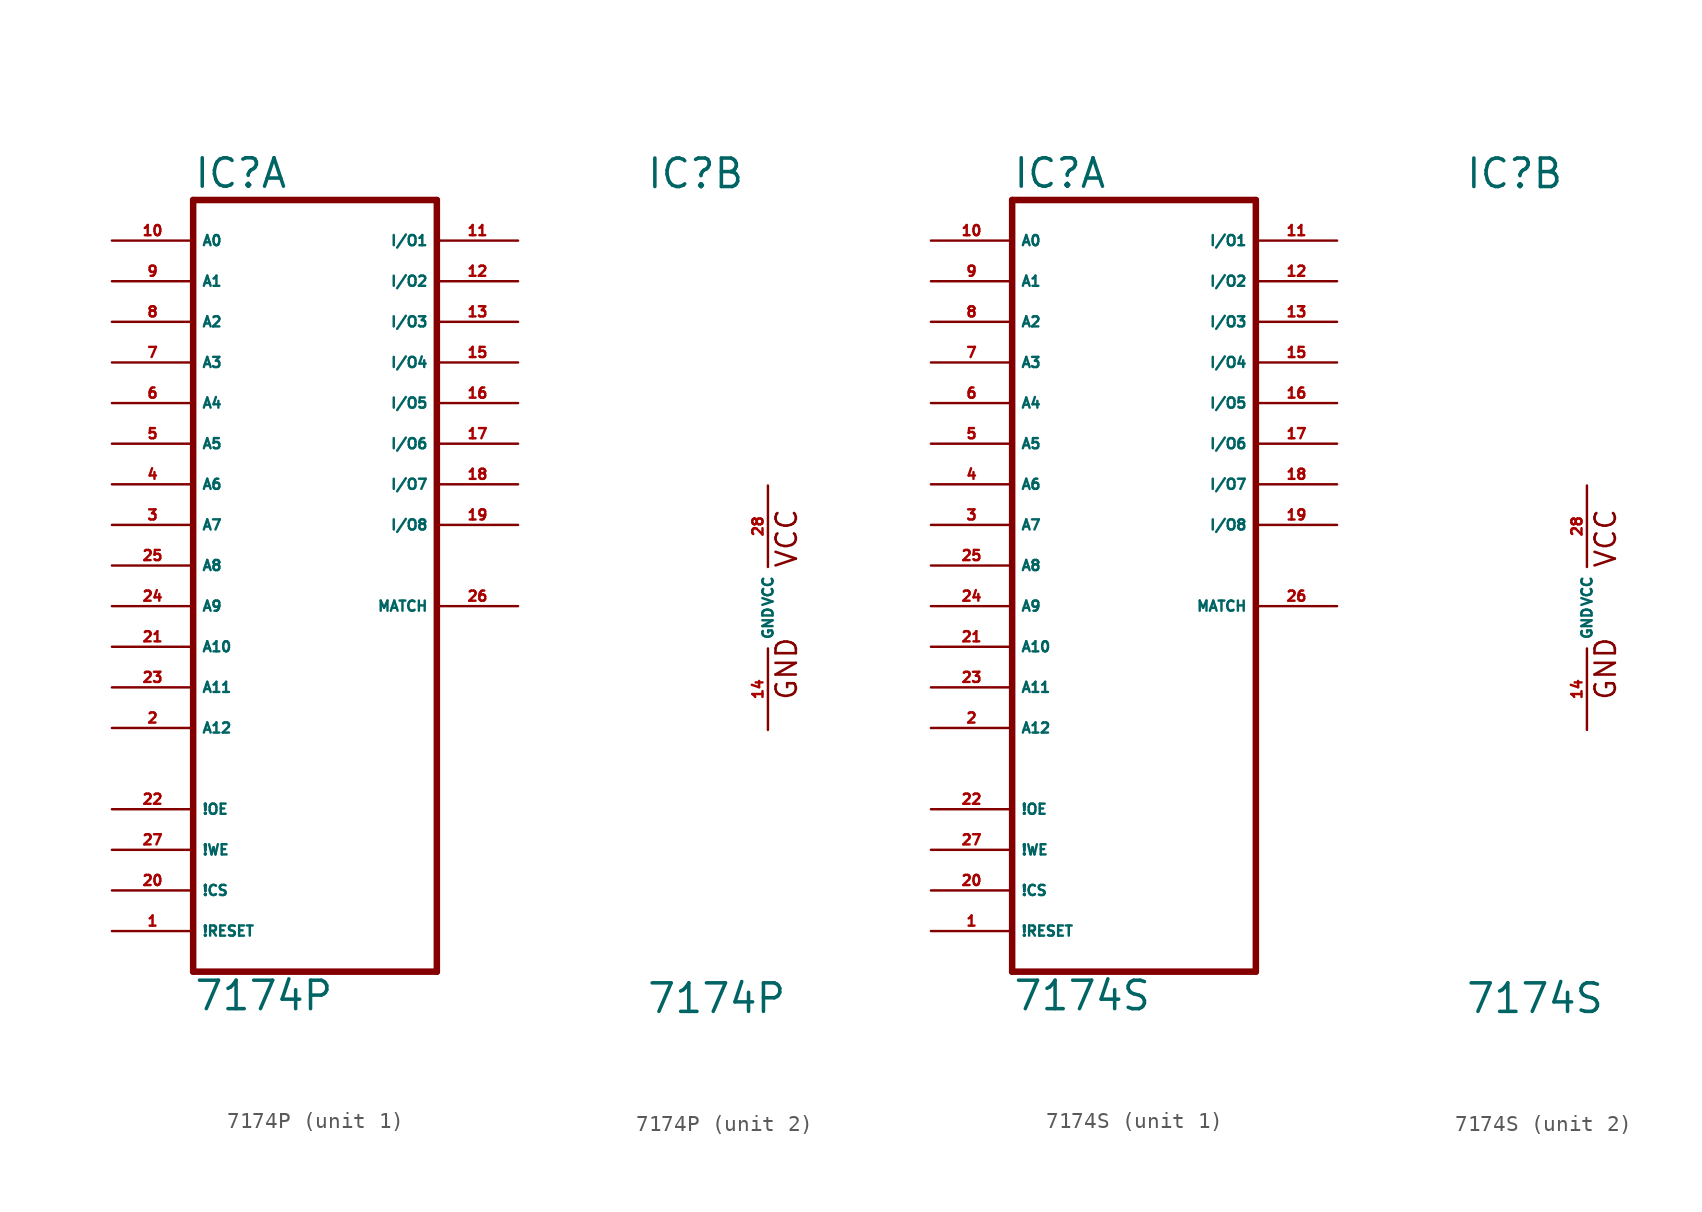
<source format=kicad_sym>
(kicad_symbol_lib
  (version 20220914)
  (generator Eagle2Kicad)
  (symbol "7174P"
    (property "Reference" "IC"
      (at -7.62 26.035 0)
      (effects (font (size 1.778 1.778) (thickness 0.22)) (justify left bottom)))
    (property "Value" "7174P"
      (at -7.62 -25.4 0)
      (effects (font (size 1.778 1.778) (thickness 0.22)) (justify left bottom)))
    (symbol "7174P_1_0"
      (polyline (pts (xy -7.62 -22.86) (xy 7.62 -22.86)) (stroke (width 0.406) (type default)) (fill (type none)))
      (polyline (pts (xy 7.62 -22.86) (xy 7.62 25.4)) (stroke (width 0.406) (type default)) (fill (type none)))
      (polyline (pts (xy 7.62 25.4) (xy -7.62 25.4)) (stroke (width 0.406) (type default)) (fill (type none)))
      (polyline (pts (xy -7.62 25.4) (xy -7.62 -22.86)) (stroke (width 0.406) (type default)) (fill (type none)))
      (pin input line (at -12.7 22.86 0) (length 5.08) (name "A0" (effects (font (size 0.635 0.635) (thickness 0.08)) (justify left bottom))) (number "10" (effects (font (size 0.635 0.635) (thickness 0.08)) (justify left bottom))))
      (pin input line (at -12.7 20.32 0) (length 5.08) (name "A1" (effects (font (size 0.635 0.635) (thickness 0.08)) (justify left bottom))) (number "9" (effects (font (size 0.635 0.635) (thickness 0.08)) (justify left bottom))))
      (pin input line (at -12.7 17.78 0) (length 5.08) (name "A2" (effects (font (size 0.635 0.635) (thickness 0.08)) (justify left bottom))) (number "8" (effects (font (size 0.635 0.635) (thickness 0.08)) (justify left bottom))))
      (pin input line (at -12.7 15.24 0) (length 5.08) (name "A3" (effects (font (size 0.635 0.635) (thickness 0.08)) (justify left bottom))) (number "7" (effects (font (size 0.635 0.635) (thickness 0.08)) (justify left bottom))))
      (pin input line (at -12.7 12.7 0) (length 5.08) (name "A4" (effects (font (size 0.635 0.635) (thickness 0.08)) (justify left bottom))) (number "6" (effects (font (size 0.635 0.635) (thickness 0.08)) (justify left bottom))))
      (pin input line (at -12.7 10.16 0) (length 5.08) (name "A5" (effects (font (size 0.635 0.635) (thickness 0.08)) (justify left bottom))) (number "5" (effects (font (size 0.635 0.635) (thickness 0.08)) (justify left bottom))))
      (pin input line (at -12.7 7.62 0) (length 5.08) (name "A6" (effects (font (size 0.635 0.635) (thickness 0.08)) (justify left bottom))) (number "4" (effects (font (size 0.635 0.635) (thickness 0.08)) (justify left bottom))))
      (pin input line (at -12.7 5.08 0) (length 5.08) (name "A7" (effects (font (size 0.635 0.635) (thickness 0.08)) (justify left bottom))) (number "3" (effects (font (size 0.635 0.635) (thickness 0.08)) (justify left bottom))))
      (pin input line (at -12.7 2.54 0) (length 5.08) (name "A8" (effects (font (size 0.635 0.635) (thickness 0.08)) (justify left bottom))) (number "25" (effects (font (size 0.635 0.635) (thickness 0.08)) (justify left bottom))))
      (pin input line (at -12.7 0 0) (length 5.08) (name "A9" (effects (font (size 0.635 0.635) (thickness 0.08)) (justify left bottom))) (number "24" (effects (font (size 0.635 0.635) (thickness 0.08)) (justify left bottom))))
      (pin input line (at -12.7 -2.54 0) (length 5.08) (name "A10" (effects (font (size 0.635 0.635) (thickness 0.08)) (justify left bottom))) (number "21" (effects (font (size 0.635 0.635) (thickness 0.08)) (justify left bottom))))
      (pin input line (at -12.7 -5.08 0) (length 5.08) (name "A11" (effects (font (size 0.635 0.635) (thickness 0.08)) (justify left bottom))) (number "23" (effects (font (size 0.635 0.635) (thickness 0.08)) (justify left bottom))))
      (pin input line (at -12.7 -12.7 0) (length 5.08) (name "!OE" (effects (font (size 0.635 0.635) (thickness 0.08)) (justify left bottom))) (number "22" (effects (font (size 0.635 0.635) (thickness 0.08)) (justify left bottom))))
      (pin input line (at -12.7 -15.24 0) (length 5.08) (name "!WE" (effects (font (size 0.635 0.635) (thickness 0.08)) (justify left bottom))) (number "27" (effects (font (size 0.635 0.635) (thickness 0.08)) (justify left bottom))))
      (pin input line (at -12.7 -17.78 0) (length 5.08) (name "!CS" (effects (font (size 0.635 0.635) (thickness 0.08)) (justify left bottom))) (number "20" (effects (font (size 0.635 0.635) (thickness 0.08)) (justify left bottom))))
      (pin bidirectional line (at 12.7 22.86 180) (length 5.08) (name "I/O1" (effects (font (size 0.635 0.635) (thickness 0.08)) (justify left bottom))) (number "11" (effects (font (size 0.635 0.635) (thickness 0.08)) (justify left bottom))))
      (pin bidirectional line (at 12.7 20.32 180) (length 5.08) (name "I/O2" (effects (font (size 0.635 0.635) (thickness 0.08)) (justify left bottom))) (number "12" (effects (font (size 0.635 0.635) (thickness 0.08)) (justify left bottom))))
      (pin bidirectional line (at 12.7 17.78 180) (length 5.08) (name "I/O3" (effects (font (size 0.635 0.635) (thickness 0.08)) (justify left bottom))) (number "13" (effects (font (size 0.635 0.635) (thickness 0.08)) (justify left bottom))))
      (pin bidirectional line (at 12.7 15.24 180) (length 5.08) (name "I/O4" (effects (font (size 0.635 0.635) (thickness 0.08)) (justify left bottom))) (number "15" (effects (font (size 0.635 0.635) (thickness 0.08)) (justify left bottom))))
      (pin output line (at 12.7 0 180) (length 5.08) (name "MATCH" (effects (font (size 0.635 0.635) (thickness 0.08)) (justify left bottom))) (number "26" (effects (font (size 0.635 0.635) (thickness 0.08)) (justify left bottom))))
      (pin input line (at -12.7 -20.32 0) (length 5.08) (name "!RESET" (effects (font (size 0.635 0.635) (thickness 0.08)) (justify left bottom))) (number "1" (effects (font (size 0.635 0.635) (thickness 0.08)) (justify left bottom))))
      (pin input line (at -12.7 -7.62 0) (length 5.08) (name "A12" (effects (font (size 0.635 0.635) (thickness 0.08)) (justify left bottom))) (number "2" (effects (font (size 0.635 0.635) (thickness 0.08)) (justify left bottom))))
      (pin bidirectional line (at 12.7 12.7 180) (length 5.08) (name "I/O5" (effects (font (size 0.635 0.635) (thickness 0.08)) (justify left bottom))) (number "16" (effects (font (size 0.635 0.635) (thickness 0.08)) (justify left bottom))))
      (pin bidirectional line (at 12.7 10.16 180) (length 5.08) (name "I/O6" (effects (font (size 0.635 0.635) (thickness 0.08)) (justify left bottom))) (number "17" (effects (font (size 0.635 0.635) (thickness 0.08)) (justify left bottom))))
      (pin bidirectional line (at 12.7 7.62 180) (length 5.08) (name "I/O7" (effects (font (size 0.635 0.635) (thickness 0.08)) (justify left bottom))) (number "18" (effects (font (size 0.635 0.635) (thickness 0.08)) (justify left bottom))))
      (pin bidirectional line (at 12.7 5.08 180) (length 5.08) (name "I/O8" (effects (font (size 0.635 0.635) (thickness 0.08)) (justify left bottom))) (number "19" (effects (font (size 0.635 0.635) (thickness 0.08)) (justify left bottom)))))
    (symbol "7174P_2_0"
      (text "GND" (at 1.905 -5.842 900) (effects (font (size 1.27 1.27) (thickness 0.16)) (justify left bottom)))
      (text "VCC" (at 1.905 2.413 900) (effects (font (size 1.27 1.27) (thickness 0.16)) (justify left bottom)))
      (pin unspecified line (at 0 7.62 270) (length 5.08) (name "VCC" (effects (font (size 0.635 0.635) (thickness 0.08)) (justify left bottom))) (number "28" (effects (font (size 0.635 0.635) (thickness 0.08)) (justify left bottom))))
      (pin unspecified line (at 0 -7.62 90) (length 5.08) (name "GND" (effects (font (size 0.635 0.635) (thickness 0.08)) (justify left bottom))) (number "14" (effects (font (size 0.635 0.635) (thickness 0.08)) (justify left bottom))))))
  (symbol "7174S"
    (property "Reference" "IC"
      (at -7.62 26.035 0)
      (effects (font (size 1.778 1.778) (thickness 0.22)) (justify left bottom)))
    (property "Value" "7174S"
      (at -7.62 -25.4 0)
      (effects (font (size 1.778 1.778) (thickness 0.22)) (justify left bottom)))
    (symbol "7174S_1_0"
      (polyline (pts (xy -7.62 -22.86) (xy 7.62 -22.86)) (stroke (width 0.406) (type default)) (fill (type none)))
      (polyline (pts (xy 7.62 -22.86) (xy 7.62 25.4)) (stroke (width 0.406) (type default)) (fill (type none)))
      (polyline (pts (xy 7.62 25.4) (xy -7.62 25.4)) (stroke (width 0.406) (type default)) (fill (type none)))
      (polyline (pts (xy -7.62 25.4) (xy -7.62 -22.86)) (stroke (width 0.406) (type default)) (fill (type none)))
      (pin input line (at -12.7 22.86 0) (length 5.08) (name "A0" (effects (font (size 0.635 0.635) (thickness 0.08)) (justify left bottom))) (number "10" (effects (font (size 0.635 0.635) (thickness 0.08)) (justify left bottom))))
      (pin input line (at -12.7 20.32 0) (length 5.08) (name "A1" (effects (font (size 0.635 0.635) (thickness 0.08)) (justify left bottom))) (number "9" (effects (font (size 0.635 0.635) (thickness 0.08)) (justify left bottom))))
      (pin input line (at -12.7 17.78 0) (length 5.08) (name "A2" (effects (font (size 0.635 0.635) (thickness 0.08)) (justify left bottom))) (number "8" (effects (font (size 0.635 0.635) (thickness 0.08)) (justify left bottom))))
      (pin input line (at -12.7 15.24 0) (length 5.08) (name "A3" (effects (font (size 0.635 0.635) (thickness 0.08)) (justify left bottom))) (number "7" (effects (font (size 0.635 0.635) (thickness 0.08)) (justify left bottom))))
      (pin input line (at -12.7 12.7 0) (length 5.08) (name "A4" (effects (font (size 0.635 0.635) (thickness 0.08)) (justify left bottom))) (number "6" (effects (font (size 0.635 0.635) (thickness 0.08)) (justify left bottom))))
      (pin input line (at -12.7 10.16 0) (length 5.08) (name "A5" (effects (font (size 0.635 0.635) (thickness 0.08)) (justify left bottom))) (number "5" (effects (font (size 0.635 0.635) (thickness 0.08)) (justify left bottom))))
      (pin input line (at -12.7 7.62 0) (length 5.08) (name "A6" (effects (font (size 0.635 0.635) (thickness 0.08)) (justify left bottom))) (number "4" (effects (font (size 0.635 0.635) (thickness 0.08)) (justify left bottom))))
      (pin input line (at -12.7 5.08 0) (length 5.08) (name "A7" (effects (font (size 0.635 0.635) (thickness 0.08)) (justify left bottom))) (number "3" (effects (font (size 0.635 0.635) (thickness 0.08)) (justify left bottom))))
      (pin input line (at -12.7 2.54 0) (length 5.08) (name "A8" (effects (font (size 0.635 0.635) (thickness 0.08)) (justify left bottom))) (number "25" (effects (font (size 0.635 0.635) (thickness 0.08)) (justify left bottom))))
      (pin input line (at -12.7 0 0) (length 5.08) (name "A9" (effects (font (size 0.635 0.635) (thickness 0.08)) (justify left bottom))) (number "24" (effects (font (size 0.635 0.635) (thickness 0.08)) (justify left bottom))))
      (pin input line (at -12.7 -2.54 0) (length 5.08) (name "A10" (effects (font (size 0.635 0.635) (thickness 0.08)) (justify left bottom))) (number "21" (effects (font (size 0.635 0.635) (thickness 0.08)) (justify left bottom))))
      (pin input line (at -12.7 -5.08 0) (length 5.08) (name "A11" (effects (font (size 0.635 0.635) (thickness 0.08)) (justify left bottom))) (number "23" (effects (font (size 0.635 0.635) (thickness 0.08)) (justify left bottom))))
      (pin input line (at -12.7 -12.7 0) (length 5.08) (name "!OE" (effects (font (size 0.635 0.635) (thickness 0.08)) (justify left bottom))) (number "22" (effects (font (size 0.635 0.635) (thickness 0.08)) (justify left bottom))))
      (pin input line (at -12.7 -15.24 0) (length 5.08) (name "!WE" (effects (font (size 0.635 0.635) (thickness 0.08)) (justify left bottom))) (number "27" (effects (font (size 0.635 0.635) (thickness 0.08)) (justify left bottom))))
      (pin input line (at -12.7 -17.78 0) (length 5.08) (name "!CS" (effects (font (size 0.635 0.635) (thickness 0.08)) (justify left bottom))) (number "20" (effects (font (size 0.635 0.635) (thickness 0.08)) (justify left bottom))))
      (pin bidirectional line (at 12.7 22.86 180) (length 5.08) (name "I/O1" (effects (font (size 0.635 0.635) (thickness 0.08)) (justify left bottom))) (number "11" (effects (font (size 0.635 0.635) (thickness 0.08)) (justify left bottom))))
      (pin bidirectional line (at 12.7 20.32 180) (length 5.08) (name "I/O2" (effects (font (size 0.635 0.635) (thickness 0.08)) (justify left bottom))) (number "12" (effects (font (size 0.635 0.635) (thickness 0.08)) (justify left bottom))))
      (pin bidirectional line (at 12.7 17.78 180) (length 5.08) (name "I/O3" (effects (font (size 0.635 0.635) (thickness 0.08)) (justify left bottom))) (number "13" (effects (font (size 0.635 0.635) (thickness 0.08)) (justify left bottom))))
      (pin bidirectional line (at 12.7 15.24 180) (length 5.08) (name "I/O4" (effects (font (size 0.635 0.635) (thickness 0.08)) (justify left bottom))) (number "15" (effects (font (size 0.635 0.635) (thickness 0.08)) (justify left bottom))))
      (pin output line (at 12.7 0 180) (length 5.08) (name "MATCH" (effects (font (size 0.635 0.635) (thickness 0.08)) (justify left bottom))) (number "26" (effects (font (size 0.635 0.635) (thickness 0.08)) (justify left bottom))))
      (pin input line (at -12.7 -20.32 0) (length 5.08) (name "!RESET" (effects (font (size 0.635 0.635) (thickness 0.08)) (justify left bottom))) (number "1" (effects (font (size 0.635 0.635) (thickness 0.08)) (justify left bottom))))
      (pin input line (at -12.7 -7.62 0) (length 5.08) (name "A12" (effects (font (size 0.635 0.635) (thickness 0.08)) (justify left bottom))) (number "2" (effects (font (size 0.635 0.635) (thickness 0.08)) (justify left bottom))))
      (pin bidirectional line (at 12.7 12.7 180) (length 5.08) (name "I/O5" (effects (font (size 0.635 0.635) (thickness 0.08)) (justify left bottom))) (number "16" (effects (font (size 0.635 0.635) (thickness 0.08)) (justify left bottom))))
      (pin bidirectional line (at 12.7 10.16 180) (length 5.08) (name "I/O6" (effects (font (size 0.635 0.635) (thickness 0.08)) (justify left bottom))) (number "17" (effects (font (size 0.635 0.635) (thickness 0.08)) (justify left bottom))))
      (pin bidirectional line (at 12.7 7.62 180) (length 5.08) (name "I/O7" (effects (font (size 0.635 0.635) (thickness 0.08)) (justify left bottom))) (number "18" (effects (font (size 0.635 0.635) (thickness 0.08)) (justify left bottom))))
      (pin bidirectional line (at 12.7 5.08 180) (length 5.08) (name "I/O8" (effects (font (size 0.635 0.635) (thickness 0.08)) (justify left bottom))) (number "19" (effects (font (size 0.635 0.635) (thickness 0.08)) (justify left bottom)))))
    (symbol "7174S_2_0"
      (text "GND" (at 1.905 -5.842 900) (effects (font (size 1.27 1.27) (thickness 0.16)) (justify left bottom)))
      (text "VCC" (at 1.905 2.413 900) (effects (font (size 1.27 1.27) (thickness 0.16)) (justify left bottom)))
      (pin unspecified line (at 0 7.62 270) (length 5.08) (name "VCC" (effects (font (size 0.635 0.635) (thickness 0.08)) (justify left bottom))) (number "28" (effects (font (size 0.635 0.635) (thickness 0.08)) (justify left bottom))))
      (pin unspecified line (at 0 -7.62 90) (length 5.08) (name "GND" (effects (font (size 0.635 0.635) (thickness 0.08)) (justify left bottom))) (number "14" (effects (font (size 0.635 0.635) (thickness 0.08)) (justify left bottom)))))))
</source>
